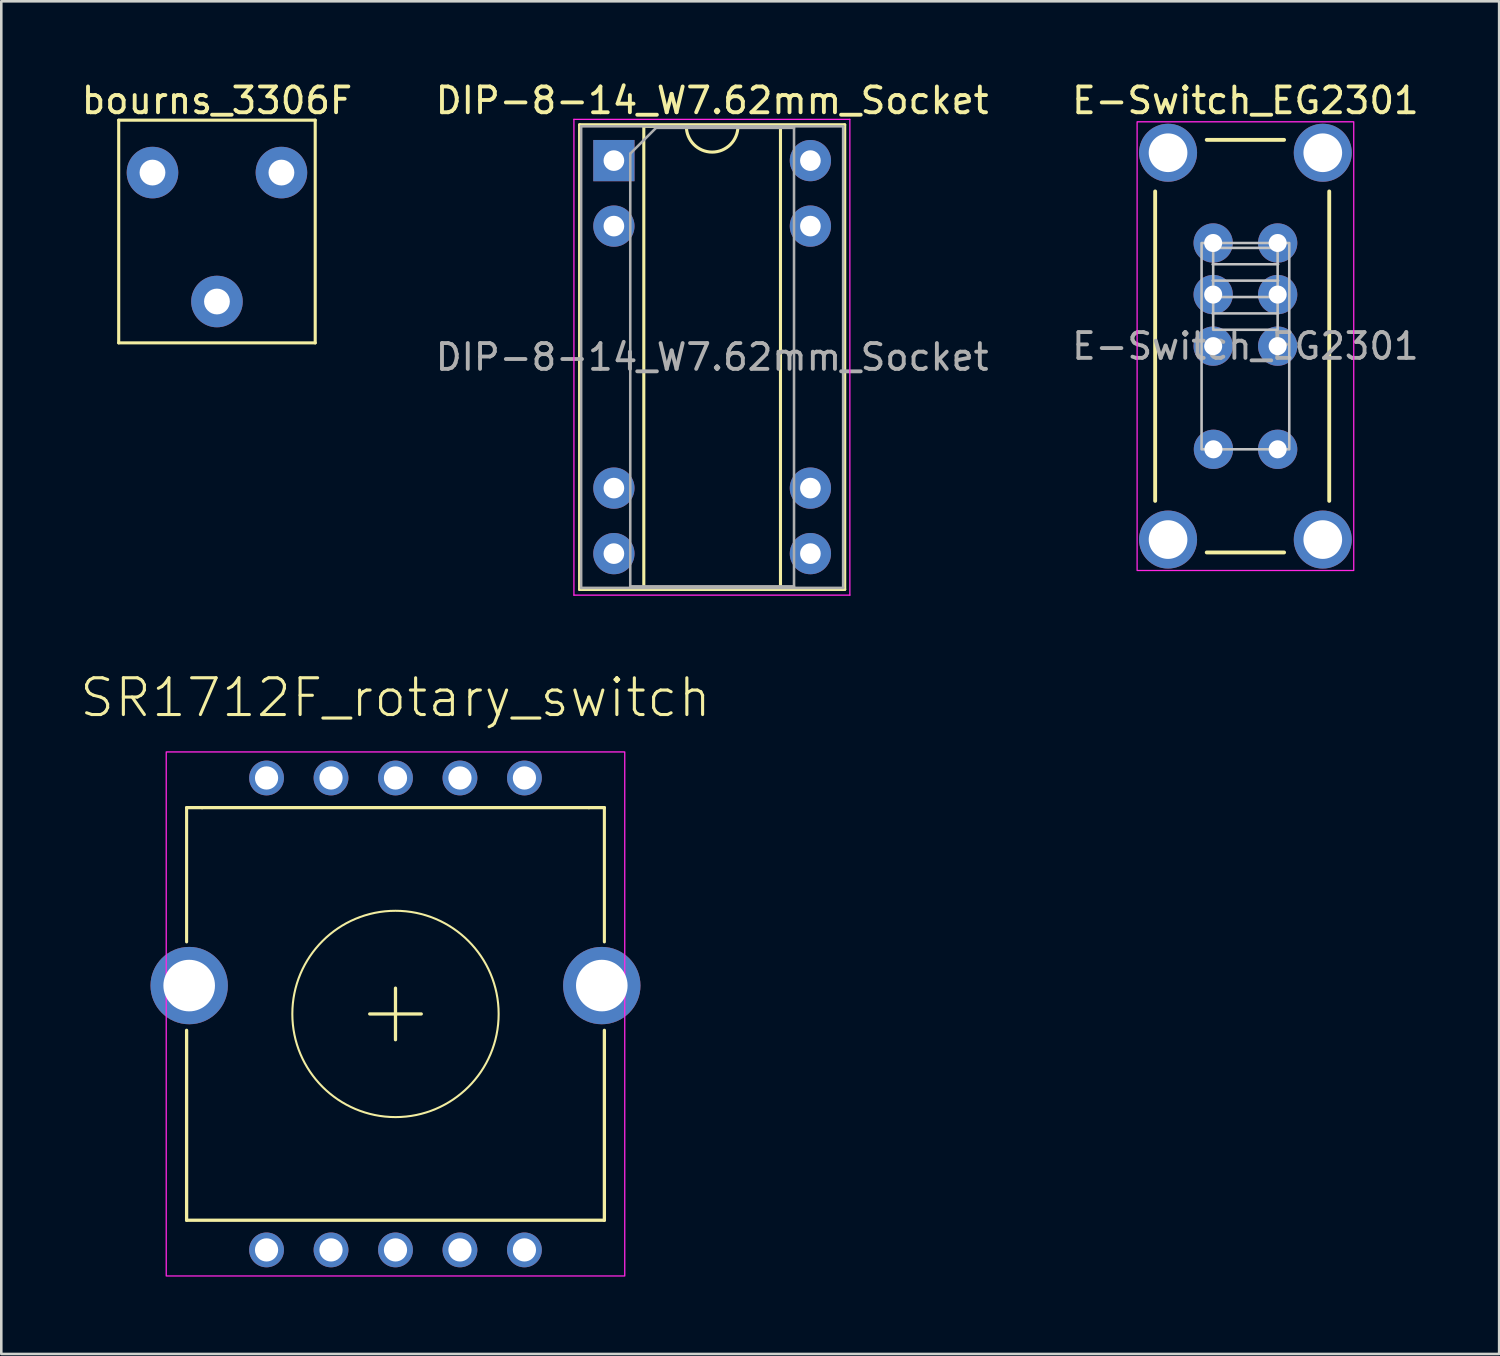
<source format=kicad_pcb>
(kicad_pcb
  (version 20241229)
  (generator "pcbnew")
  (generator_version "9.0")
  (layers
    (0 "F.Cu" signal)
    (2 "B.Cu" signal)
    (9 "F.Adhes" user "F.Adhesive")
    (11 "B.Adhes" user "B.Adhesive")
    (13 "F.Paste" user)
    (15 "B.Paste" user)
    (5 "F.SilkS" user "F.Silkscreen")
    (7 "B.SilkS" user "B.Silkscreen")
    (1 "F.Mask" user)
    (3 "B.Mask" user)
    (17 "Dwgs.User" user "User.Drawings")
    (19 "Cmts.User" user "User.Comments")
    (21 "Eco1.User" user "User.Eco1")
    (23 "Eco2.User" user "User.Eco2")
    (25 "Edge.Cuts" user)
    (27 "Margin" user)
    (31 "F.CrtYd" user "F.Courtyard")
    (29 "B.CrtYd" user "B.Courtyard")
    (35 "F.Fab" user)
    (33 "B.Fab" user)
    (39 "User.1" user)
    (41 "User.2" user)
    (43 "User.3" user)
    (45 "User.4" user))
  (footprint "SR1712F_rotary_switch"
    (layer "F.Cu")
    (at 12.286 36.268)
    (property "Reference" "SR1712F_rotary_switch" (at 0 -11.43 180) (layer "F.SilkS") (effects (font (size 1.425 1.425) (thickness 0.12)) (justify bottom)))
    (attr through_hole)
    (fp_line (start -8.1 -8) (end -8.1 -2.794) (stroke (width 0.12) (type solid)) (layer "F.SilkS"))
    (fp_line (start -8.1 0.635) (end -8.1 8) (stroke (width 0.127) (type solid)) (layer "F.SilkS"))
    (fp_line (start -8.1 8) (end 8.1 8) (stroke (width 0.127) (type solid)) (layer "F.SilkS"))
    (fp_line (start -7.5 -8) (end -8.1 -8) (stroke (width 0.127) (type solid)) (layer "F.SilkS"))
    (fp_line (start -1 0) (end 1 0) (stroke (width 0.127) (type solid)) (layer "F.SilkS"))
    (fp_line (start 0 1) (end 0 -1) (stroke (width 0.127) (type solid)) (layer "F.SilkS"))
    (fp_line (start 7.5 -8) (end -7.5 -8) (stroke (width 0.127) (type solid)) (layer "F.SilkS"))
    (fp_line (start 8.1 -8) (end 7.5 -8) (stroke (width 0.127) (type solid)) (layer "F.SilkS"))
    (fp_line (start 8.1 -8) (end 8.1 -2.794) (stroke (width 0.12) (type solid)) (layer "F.SilkS"))
    (fp_line (start 8.1 8) (end 8.1 0.635) (stroke (width 0.127) (type solid)) (layer "F.SilkS"))
    (fp_circle (center 0 0) (end 4 0) (stroke (width 0.08) (type solid)) (fill no) (layer "F.SilkS"))
    (fp_rect (start -8.89 -10.16) (end 8.89 10.16) (stroke (width 0.05) (type solid)) (fill no) (layer "F.CrtYd"))
    (pad "" thru_hole circle (at -8 -1.1) (size 3 3) (drill 2) (layers "*.Cu" "*.Mask"))
    (pad "" thru_hole circle (at 8 -1.1) (size 3 3) (drill 2) (layers "*.Cu" "*.Mask"))
    (pad "1" thru_hole circle (at 5 9.15) (size 1.35 1.35) (drill 0.9) (layers "*.Cu" "*.Mask"))
    (pad "2" thru_hole circle (at 2.5 9.15) (size 1.35 1.35) (drill 0.9) (layers "*.Cu" "*.Mask"))
    (pad "3" thru_hole circle (at 0 9.15) (size 1.35 1.35) (drill 0.9) (layers "*.Cu" "*.Mask"))
    (pad "4" thru_hole circle (at -2.5 9.15) (size 1.35 1.35) (drill 0.9) (layers "*.Cu" "*.Mask"))
    (pad "5" thru_hole circle (at -5 9.15) (size 1.35 1.35) (drill 0.9) (layers "*.Cu" "*.Mask"))
    (pad "6" thru_hole circle (at -5 -9.15) (size 1.35 1.35) (drill 0.9) (layers "*.Cu" "*.Mask"))
    (pad "7" thru_hole circle (at -2.5 -9.15) (size 1.35 1.35) (drill 0.9) (layers "*.Cu" "*.Mask"))
    (pad "8" thru_hole circle (at 0 -9.15) (size 1.35 1.35) (drill 0.9) (layers "*.Cu" "*.Mask"))
    (pad "9" thru_hole circle (at 2.5 -9.15) (size 1.35 1.35) (drill 0.9) (layers "*.Cu" "*.Mask"))
    (pad "10" thru_hole circle (at 5 -9.15) (size 1.35 1.35) (drill 0.9) (layers "*.Cu" "*.Mask")))
  (footprint "DIP-8-14_W7.62mm_Socket"
    (layer "F.Cu")
    (at 20.755 3.178)
    (property "Reference" "DIP-8-14_W7.62mm_Socket" (at 3.81 -2.33 0) (layer "F.SilkS") (effects (font (size 1 1) (thickness 0.15))))
    (attr through_hole)
    (fp_line (start -1.33 -1.39) (end -1.33 16.63) (stroke (width 0.12) (type solid)) (layer "F.SilkS"))
    (fp_line (start -1.33 16.63) (end 8.95 16.63) (stroke (width 0.12) (type solid)) (layer "F.SilkS"))
    (fp_line (start 1.16 -1.33) (end 1.16 16.57) (stroke (width 0.12) (type solid)) (layer "F.SilkS"))
    (fp_line (start 1.16 16.57) (end 6.46 16.57) (stroke (width 0.12) (type solid)) (layer "F.SilkS"))
    (fp_line (start 2.81 -1.33) (end 1.16 -1.33) (stroke (width 0.12) (type solid)) (layer "F.SilkS"))
    (fp_line (start 6.46 -1.33) (end 4.81 -1.33) (stroke (width 0.12) (type solid)) (layer "F.SilkS"))
    (fp_line (start 6.46 16.57) (end 6.46 -1.33) (stroke (width 0.12) (type solid)) (layer "F.SilkS"))
    (fp_line (start 8.95 -1.39) (end -1.33 -1.39) (stroke (width 0.12) (type solid)) (layer "F.SilkS"))
    (fp_line (start 8.95 16.63) (end 8.95 -1.39) (stroke (width 0.12) (type solid)) (layer "F.SilkS"))
    (fp_arc (start 4.81 -1.33) (mid 3.81 -0.33) (end 2.81 -1.33) (stroke (width 0.12) (type solid)) (layer "F.SilkS"))
    (fp_line (start -1.55 -1.6) (end -1.55 16.85) (stroke (width 0.05) (type solid)) (layer "F.CrtYd"))
    (fp_line (start -1.55 16.85) (end 9.15 16.85) (stroke (width 0.05) (type solid)) (layer "F.CrtYd"))
    (fp_line (start 9.15 -1.6) (end -1.55 -1.6) (stroke (width 0.05) (type solid)) (layer "F.CrtYd"))
    (fp_line (start 9.15 16.85) (end 9.15 -1.6) (stroke (width 0.05) (type solid)) (layer "F.CrtYd"))
    (fp_line (start -1.27 -1.33) (end -1.27 16.57) (stroke (width 0.1) (type solid)) (layer "F.Fab"))
    (fp_line (start -1.27 16.57) (end 8.89 16.57) (stroke (width 0.1) (type solid)) (layer "F.Fab"))
    (fp_line (start 0.635 -0.27) (end 1.635 -1.27) (stroke (width 0.1) (type solid)) (layer "F.Fab"))
    (fp_line (start 0.635 16.51) (end 0.635 -0.27) (stroke (width 0.1) (type solid)) (layer "F.Fab"))
    (fp_line (start 1.635 -1.27) (end 6.985 -1.27) (stroke (width 0.1) (type solid)) (layer "F.Fab"))
    (fp_line (start 6.985 -1.27) (end 6.985 16.51) (stroke (width 0.1) (type solid)) (layer "F.Fab"))
    (fp_line (start 6.985 16.51) (end 0.635 16.51) (stroke (width 0.1) (type solid)) (layer "F.Fab"))
    (fp_line (start 8.89 -1.33) (end -1.27 -1.33) (stroke (width 0.1) (type solid)) (layer "F.Fab"))
    (fp_line (start 8.89 16.57) (end 8.89 -1.33) (stroke (width 0.1) (type solid)) (layer "F.Fab"))
    (fp_text user "${REFERENCE}" (at 3.81 7.62 0) (layer "F.Fab") (effects (font (size 1 1) (thickness 0.15))))
    (pad "1" thru_hole rect (at 0 0) (size 1.6 1.6) (drill 0.8) (layers "*.Cu" "*.Mask"))
    (pad "2" thru_hole oval (at 0 2.54) (size 1.6 1.6) (drill 0.8) (layers "*.Cu" "*.Mask"))
    (pad "3" thru_hole oval (at 0 12.7) (size 1.6 1.6) (drill 0.8) (layers "*.Cu" "*.Mask"))
    (pad "4" thru_hole oval (at 0 15.24) (size 1.6 1.6) (drill 0.8) (layers "*.Cu" "*.Mask"))
    (pad "5" thru_hole oval (at 7.62 15.24) (size 1.6 1.6) (drill 0.8) (layers "*.Cu" "*.Mask"))
    (pad "6" thru_hole oval (at 7.62 12.7) (size 1.6 1.6) (drill 0.8) (layers "*.Cu" "*.Mask"))
    (pad "7" thru_hole oval (at 7.62 2.54) (size 1.6 1.6) (drill 0.8) (layers "*.Cu" "*.Mask"))
    (pad "8" thru_hole oval (at 7.62 0) (size 1.6 1.6) (drill 0.8) (layers "*.Cu" "*.Mask")))
  (footprint "bourns_3306F"
    (layer "F.Cu")
    (at 5.363 3.642)
    (property "Reference" "bourns_3306F" (at 0 -2.794 0) (layer "F.SilkS") (effects (font (size 1 1) (thickness 0.15))))
    (attr through_hole)
    (fp_line (start -3.81 -2.032) (end -3.81 6.604) (stroke (width 0.12) (type solid)) (layer "F.SilkS"))
    (fp_line (start -3.81 6.604) (end 3.81 6.604) (stroke (width 0.12) (type solid)) (layer "F.SilkS"))
    (fp_line (start 3.81 -2.032) (end -3.81 -2.032) (stroke (width 0.12) (type solid)) (layer "F.SilkS"))
    (fp_line (start 3.81 6.604) (end 3.81 -2.032) (stroke (width 0.12) (type solid)) (layer "F.SilkS"))
    (pad "1" thru_hole circle (at -2.5 0) (size 2 2) (drill 1) (layers "*.Cu" "*.Mask"))
    (pad "2" thru_hole circle (at 0 5) (size 2 2) (drill 1) (layers "*.Cu" "*.Mask"))
    (pad "3" thru_hole circle (at 2.5 0) (size 2 2) (drill 1) (layers "*.Cu" "*.Mask")))
  (footprint "E-Switch_EG2301"
    (layer "F.Cu")
    (at 45.244 10.373)
    (property "Reference" "E-Switch_EG2301" (at 0 -9.525 0) (unlocked yes) (layer "F.SilkS") (effects (font (size 1 1) (thickness 0.15))))
    (attr through_hole)
    (fp_line (start -3.5 6) (end -3.5 -6) (stroke (width 0.15) (type default)) (layer "F.SilkS"))
    (fp_line (start 1.5 -8) (end -1.5 -8) (stroke (width 0.15) (type default)) (layer "F.SilkS"))
    (fp_line (start 1.5 8) (end -1.5 8) (stroke (width 0.15) (type default)) (layer "F.SilkS"))
    (fp_line (start 3.25 6) (end 3.25 -6) (stroke (width 0.15) (type default)) (layer "F.SilkS"))
    (fp_line (start -1.27 -3.175) (end 1.27 -3.175) (stroke (width 0.1) (type default)) (layer "Dwgs.User"))
    (fp_line (start -1.27 -1.905) (end 1.27 -1.905) (stroke (width 0.1) (type default)) (layer "Dwgs.User"))
    (fp_line (start 1.27 -2.54) (end -1.27 -2.54) (stroke (width 0.1) (type default)) (layer "Dwgs.User"))
    (fp_line (start 1.27 -1.27) (end -1.27 -1.27) (stroke (width 0.1) (type default)) (layer "Dwgs.User"))
    (fp_rect (start 1.25 -0.635) (end -1.25 -3.81) (stroke (width 0.1) (type default)) (fill no) (layer "Dwgs.User"))
    (fp_rect (start 1.7 4) (end -1.7 -4) (stroke (width 0.1) (type default)) (fill no) (layer "Dwgs.User"))
    (fp_rect (start 4.2 8.7) (end -4.2 -8.7) (stroke (width 0.05) (type default)) (fill no) (layer "F.CrtYd"))
    (fp_text user "${REFERENCE}" (at 0 0 0) (unlocked yes) (layer "F.Fab") (effects (font (size 1 1) (thickness 0.15))))
    (pad "" thru_hole circle (at -3 -7.5 180) (size 2.25 2.25) (drill 1.5) (layers "*.Cu" "*.Mask"))
    (pad "" thru_hole circle (at -3 7.5 180) (size 2.25 2.25) (drill 1.5) (layers "*.Cu" "*.Mask"))
    (pad "" thru_hole circle (at 3 -7.5 180) (size 2.25 2.25) (drill 1.5) (layers "*.Cu" "*.Mask"))
    (pad "" thru_hole circle (at 3 7.5 180) (size 2.25 2.25) (drill 1.5) (layers "*.Cu" "*.Mask"))
    (pad "1" thru_hole circle (at -1.25 -4 180) (size 1.524 1.524) (drill 0.7) (layers "*.Cu" "*.Mask"))
    (pad "2" thru_hole circle (at -1.25 -2 180) (size 1.524 1.524) (drill 0.7) (layers "*.Cu" "*.Mask"))
    (pad "3" thru_hole circle (at -1.25 0 180) (size 1.524 1.524) (drill 0.7) (layers "*.Cu" "*.Mask"))
    (pad "4" thru_hole circle (at -1.24 4 180) (size 1.524 1.524) (drill 0.7) (layers "*.Cu" "*.Mask"))
    (pad "5" thru_hole circle (at 1.25 -4 180) (size 1.524 1.524) (drill 0.7) (layers "*.Cu" "*.Mask"))
    (pad "6" thru_hole circle (at 1.25 -2 180) (size 1.524 1.524) (drill 0.7) (layers "*.Cu" "*.Mask"))
    (pad "7" thru_hole circle (at 1.25 0 180) (size 1.524 1.524) (drill 0.7) (layers "*.Cu" "*.Mask"))
    (pad "8" thru_hole circle (at 1.25 4 180) (size 1.524 1.524) (drill 0.7) (layers "*.Cu" "*.Mask")))
  (gr_rect
    (start -3 -3)
    (end 55.083 49.453)
    (stroke (width 0.1) (type default))
    (fill no)
    (layer "Edge.Cuts")))
</source>
